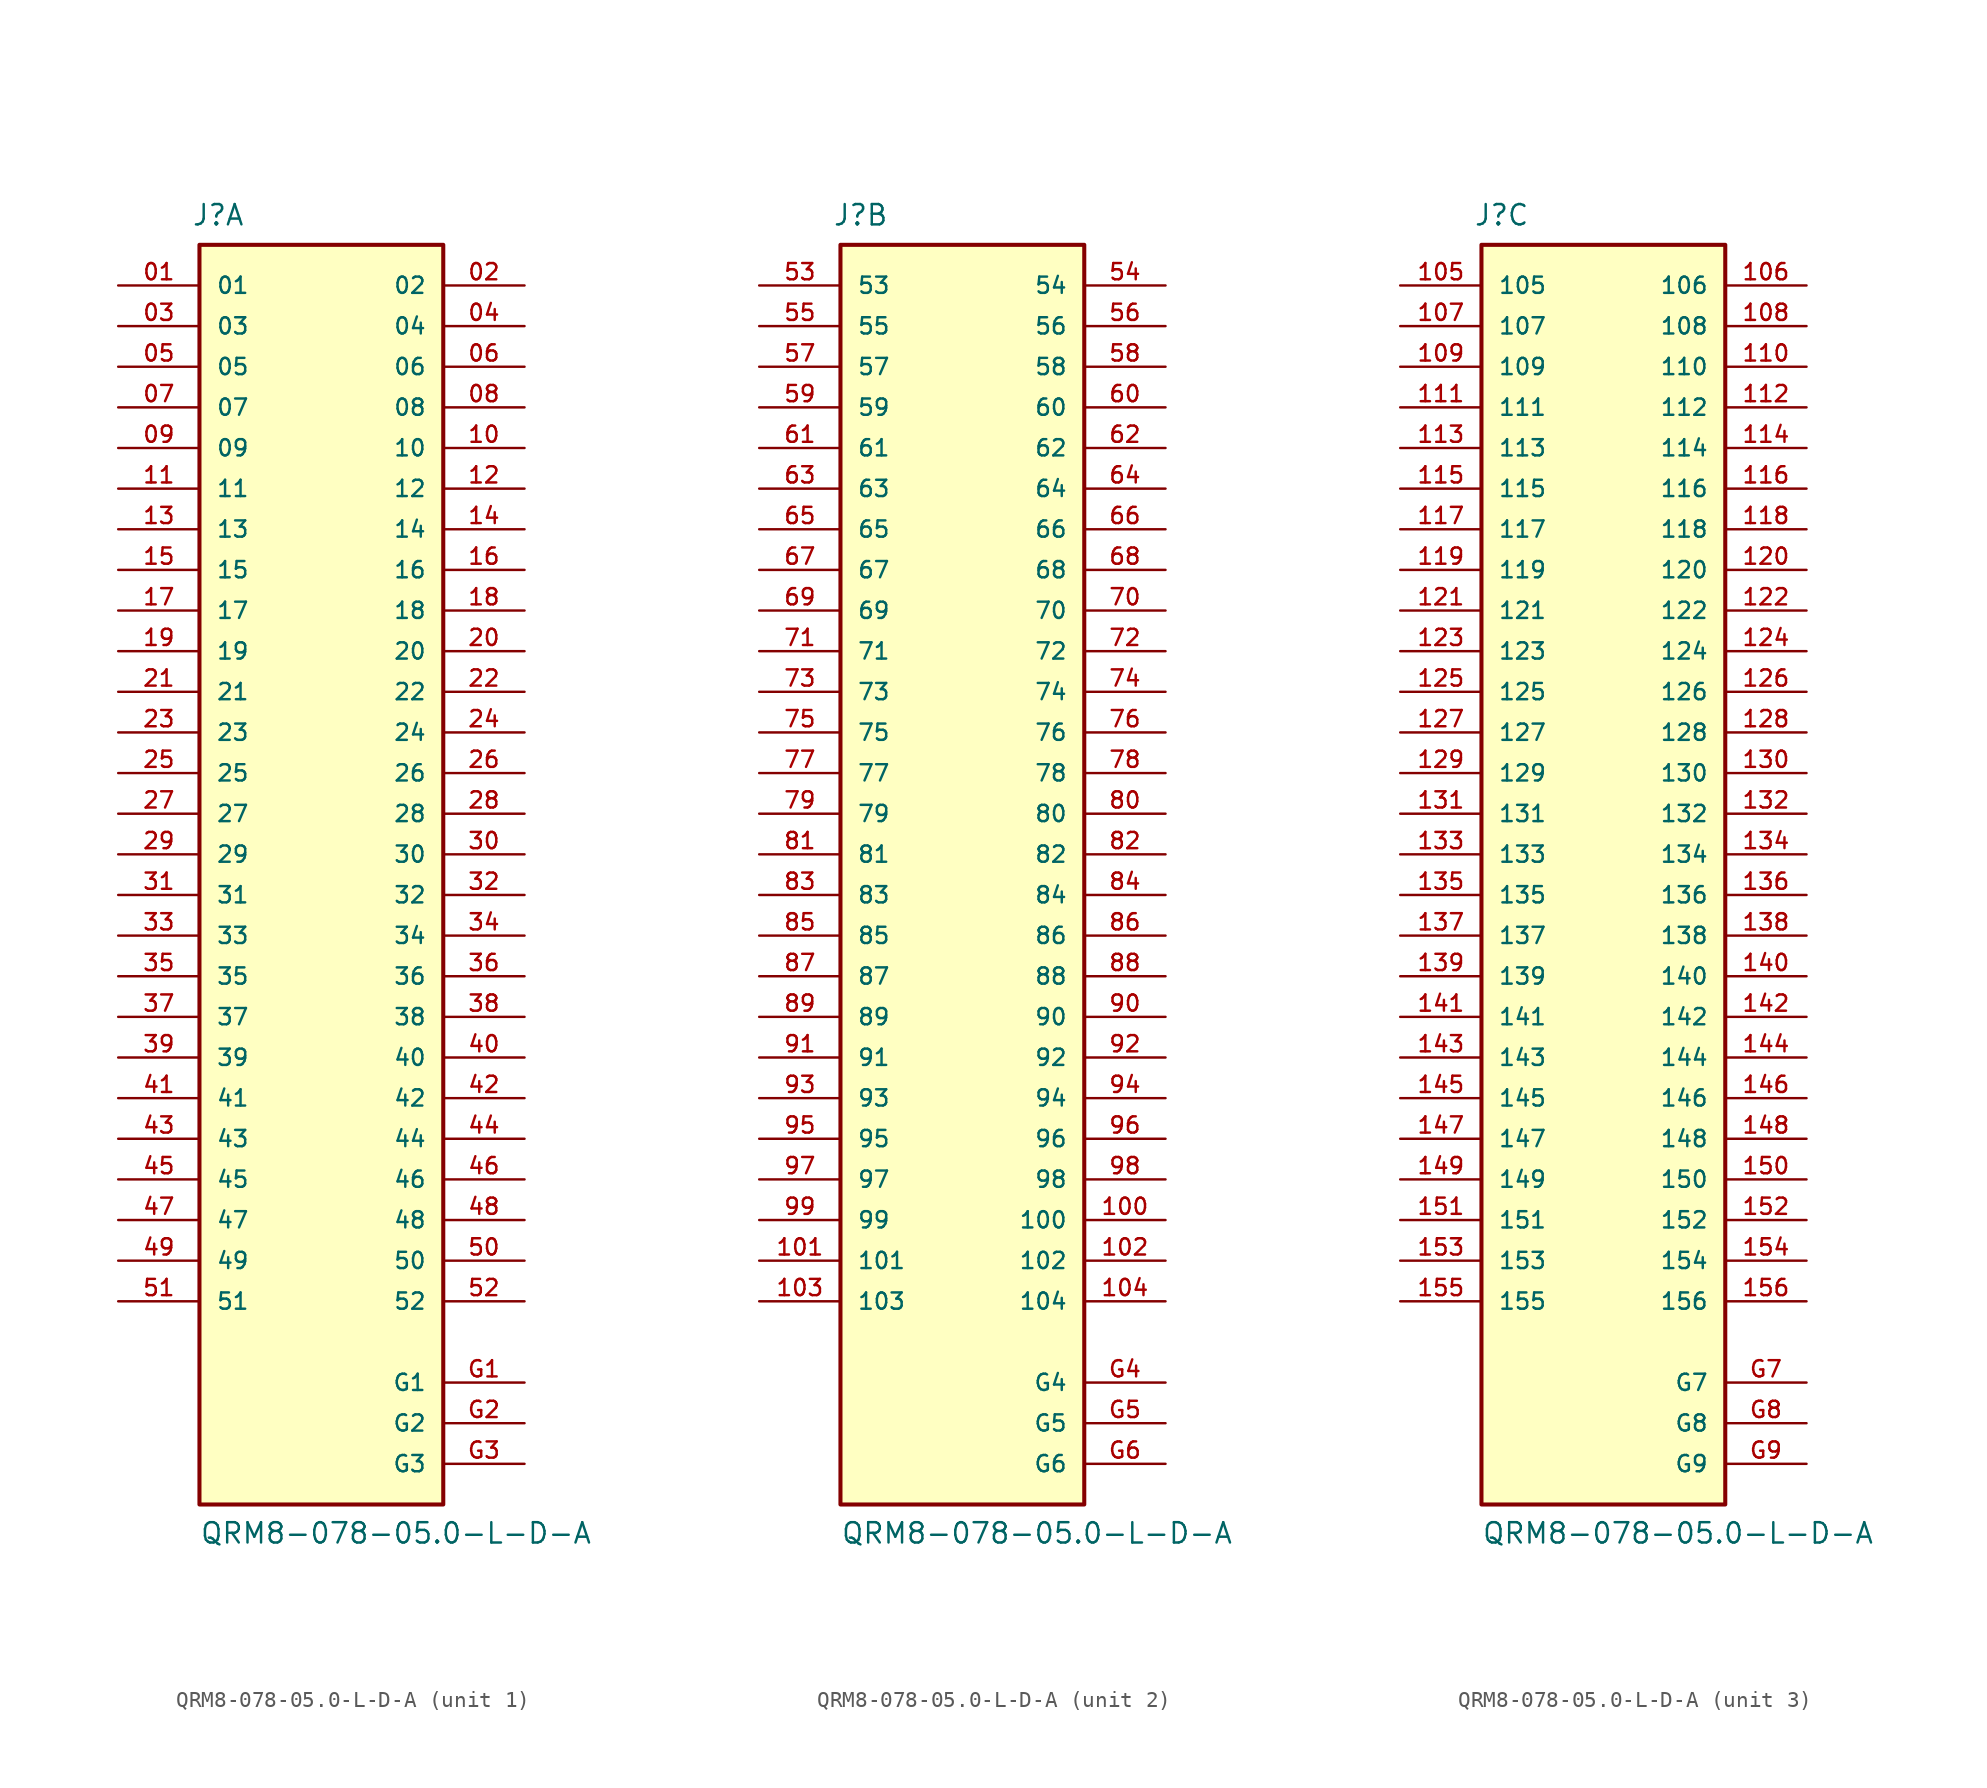
<source format=kicad_sym>
(kicad_symbol_lib
  (version 20211014)
  (generator kicad_symbol_editor)
  (symbol "QRM8-078-05.0-L-D-A"
    (pin_names
      (offset 1.016))
    (property "Reference" "J"
      (at -8.12 39.216 0)
      (effects (font (size 1.27 1.27)) (justify bottom left)))
    (property "Value" "QRM8-078-05.0-L-D-A"
      (at -7.62 -43.18 0)
      (effects (font (size 1.27 1.27)) (justify bottom left)))
    (symbol "QRM8-078-05.0-L-D-A_1_0"
      (rectangle (start -7.62 -40.64) (end 7.62 38.1) (stroke (width 0.254)) (fill (type background)))
      (pin passive line (at -12.7 35.56 0) (length 5.08) (name "01" (effects (font (size 1.016 1.016)))) (number "01" (effects (font (size 1.016 1.016)))))
      (pin passive line (at 12.7 35.56 180.0) (length 5.08) (name "02" (effects (font (size 1.016 1.016)))) (number "02" (effects (font (size 1.016 1.016)))))
      (pin passive line (at -12.7 33.02 0) (length 5.08) (name "03" (effects (font (size 1.016 1.016)))) (number "03" (effects (font (size 1.016 1.016)))))
      (pin passive line (at 12.7 33.02 180.0) (length 5.08) (name "04" (effects (font (size 1.016 1.016)))) (number "04" (effects (font (size 1.016 1.016)))))
      (pin passive line (at -12.7 30.48 0) (length 5.08) (name "05" (effects (font (size 1.016 1.016)))) (number "05" (effects (font (size 1.016 1.016)))))
      (pin passive line (at 12.7 30.48 180.0) (length 5.08) (name "06" (effects (font (size 1.016 1.016)))) (number "06" (effects (font (size 1.016 1.016)))))
      (pin passive line (at -12.7 27.94 0) (length 5.08) (name "07" (effects (font (size 1.016 1.016)))) (number "07" (effects (font (size 1.016 1.016)))))
      (pin passive line (at 12.7 27.94 180.0) (length 5.08) (name "08" (effects (font (size 1.016 1.016)))) (number "08" (effects (font (size 1.016 1.016)))))
      (pin passive line (at -12.7 25.4 0) (length 5.08) (name "09" (effects (font (size 1.016 1.016)))) (number "09" (effects (font (size 1.016 1.016)))))
      (pin passive line (at 12.7 25.4 180.0) (length 5.08) (name "10" (effects (font (size 1.016 1.016)))) (number "10" (effects (font (size 1.016 1.016)))))
      (pin passive line (at -12.7 22.86 0) (length 5.08) (name "11" (effects (font (size 1.016 1.016)))) (number "11" (effects (font (size 1.016 1.016)))))
      (pin passive line (at 12.7 22.86 180.0) (length 5.08) (name "12" (effects (font (size 1.016 1.016)))) (number "12" (effects (font (size 1.016 1.016)))))
      (pin passive line (at -12.7 20.32 0) (length 5.08) (name "13" (effects (font (size 1.016 1.016)))) (number "13" (effects (font (size 1.016 1.016)))))
      (pin passive line (at 12.7 20.32 180.0) (length 5.08) (name "14" (effects (font (size 1.016 1.016)))) (number "14" (effects (font (size 1.016 1.016)))))
      (pin passive line (at -12.7 17.78 0) (length 5.08) (name "15" (effects (font (size 1.016 1.016)))) (number "15" (effects (font (size 1.016 1.016)))))
      (pin passive line (at 12.7 17.78 180.0) (length 5.08) (name "16" (effects (font (size 1.016 1.016)))) (number "16" (effects (font (size 1.016 1.016)))))
      (pin passive line (at -12.7 15.24 0) (length 5.08) (name "17" (effects (font (size 1.016 1.016)))) (number "17" (effects (font (size 1.016 1.016)))))
      (pin passive line (at 12.7 15.24 180.0) (length 5.08) (name "18" (effects (font (size 1.016 1.016)))) (number "18" (effects (font (size 1.016 1.016)))))
      (pin passive line (at -12.7 12.7 0) (length 5.08) (name "19" (effects (font (size 1.016 1.016)))) (number "19" (effects (font (size 1.016 1.016)))))
      (pin passive line (at 12.7 12.7 180.0) (length 5.08) (name "20" (effects (font (size 1.016 1.016)))) (number "20" (effects (font (size 1.016 1.016)))))
      (pin passive line (at -12.7 10.16 0) (length 5.08) (name "21" (effects (font (size 1.016 1.016)))) (number "21" (effects (font (size 1.016 1.016)))))
      (pin passive line (at 12.7 10.16 180.0) (length 5.08) (name "22" (effects (font (size 1.016 1.016)))) (number "22" (effects (font (size 1.016 1.016)))))
      (pin passive line (at -12.7 7.62 0) (length 5.08) (name "23" (effects (font (size 1.016 1.016)))) (number "23" (effects (font (size 1.016 1.016)))))
      (pin passive line (at 12.7 7.62 180.0) (length 5.08) (name "24" (effects (font (size 1.016 1.016)))) (number "24" (effects (font (size 1.016 1.016)))))
      (pin passive line (at -12.7 5.08 0) (length 5.08) (name "25" (effects (font (size 1.016 1.016)))) (number "25" (effects (font (size 1.016 1.016)))))
      (pin passive line (at 12.7 5.08 180.0) (length 5.08) (name "26" (effects (font (size 1.016 1.016)))) (number "26" (effects (font (size 1.016 1.016)))))
      (pin passive line (at -12.7 2.54 0) (length 5.08) (name "27" (effects (font (size 1.016 1.016)))) (number "27" (effects (font (size 1.016 1.016)))))
      (pin passive line (at 12.7 2.54 180.0) (length 5.08) (name "28" (effects (font (size 1.016 1.016)))) (number "28" (effects (font (size 1.016 1.016)))))
      (pin passive line (at -12.7 0.0 0) (length 5.08) (name "29" (effects (font (size 1.016 1.016)))) (number "29" (effects (font (size 1.016 1.016)))))
      (pin passive line (at 12.7 0.0 180.0) (length 5.08) (name "30" (effects (font (size 1.016 1.016)))) (number "30" (effects (font (size 1.016 1.016)))))
      (pin passive line (at -12.7 -2.54 0) (length 5.08) (name "31" (effects (font (size 1.016 1.016)))) (number "31" (effects (font (size 1.016 1.016)))))
      (pin passive line (at 12.7 -2.54 180.0) (length 5.08) (name "32" (effects (font (size 1.016 1.016)))) (number "32" (effects (font (size 1.016 1.016)))))
      (pin passive line (at -12.7 -5.08 0) (length 5.08) (name "33" (effects (font (size 1.016 1.016)))) (number "33" (effects (font (size 1.016 1.016)))))
      (pin passive line (at 12.7 -5.08 180.0) (length 5.08) (name "34" (effects (font (size 1.016 1.016)))) (number "34" (effects (font (size 1.016 1.016)))))
      (pin passive line (at -12.7 -7.62 0) (length 5.08) (name "35" (effects (font (size 1.016 1.016)))) (number "35" (effects (font (size 1.016 1.016)))))
      (pin passive line (at 12.7 -7.62 180.0) (length 5.08) (name "36" (effects (font (size 1.016 1.016)))) (number "36" (effects (font (size 1.016 1.016)))))
      (pin passive line (at -12.7 -10.16 0) (length 5.08) (name "37" (effects (font (size 1.016 1.016)))) (number "37" (effects (font (size 1.016 1.016)))))
      (pin passive line (at 12.7 -10.16 180.0) (length 5.08) (name "38" (effects (font (size 1.016 1.016)))) (number "38" (effects (font (size 1.016 1.016)))))
      (pin passive line (at -12.7 -12.7 0) (length 5.08) (name "39" (effects (font (size 1.016 1.016)))) (number "39" (effects (font (size 1.016 1.016)))))
      (pin passive line (at 12.7 -12.7 180.0) (length 5.08) (name "40" (effects (font (size 1.016 1.016)))) (number "40" (effects (font (size 1.016 1.016)))))
      (pin passive line (at -12.7 -15.24 0) (length 5.08) (name "41" (effects (font (size 1.016 1.016)))) (number "41" (effects (font (size 1.016 1.016)))))
      (pin passive line (at 12.7 -15.24 180.0) (length 5.08) (name "42" (effects (font (size 1.016 1.016)))) (number "42" (effects (font (size 1.016 1.016)))))
      (pin passive line (at -12.7 -17.78 0) (length 5.08) (name "43" (effects (font (size 1.016 1.016)))) (number "43" (effects (font (size 1.016 1.016)))))
      (pin passive line (at 12.7 -17.78 180.0) (length 5.08) (name "44" (effects (font (size 1.016 1.016)))) (number "44" (effects (font (size 1.016 1.016)))))
      (pin passive line (at -12.7 -20.32 0) (length 5.08) (name "45" (effects (font (size 1.016 1.016)))) (number "45" (effects (font (size 1.016 1.016)))))
      (pin passive line (at 12.7 -20.32 180.0) (length 5.08) (name "46" (effects (font (size 1.016 1.016)))) (number "46" (effects (font (size 1.016 1.016)))))
      (pin passive line (at -12.7 -22.86 0) (length 5.08) (name "47" (effects (font (size 1.016 1.016)))) (number "47" (effects (font (size 1.016 1.016)))))
      (pin passive line (at 12.7 -22.86 180.0) (length 5.08) (name "48" (effects (font (size 1.016 1.016)))) (number "48" (effects (font (size 1.016 1.016)))))
      (pin passive line (at -12.7 -25.4 0) (length 5.08) (name "49" (effects (font (size 1.016 1.016)))) (number "49" (effects (font (size 1.016 1.016)))))
      (pin passive line (at 12.7 -25.4 180.0) (length 5.08) (name "50" (effects (font (size 1.016 1.016)))) (number "50" (effects (font (size 1.016 1.016)))))
      (pin passive line (at -12.7 -27.94 0) (length 5.08) (name "51" (effects (font (size 1.016 1.016)))) (number "51" (effects (font (size 1.016 1.016)))))
      (pin passive line (at 12.7 -27.94 180.0) (length 5.08) (name "52" (effects (font (size 1.016 1.016)))) (number "52" (effects (font (size 1.016 1.016)))))
      (pin power_in line (at 12.7 -33.02 180.0) (length 5.08) (name "G1" (effects (font (size 1.016 1.016)))) (number "G1" (effects (font (size 1.016 1.016)))))
      (pin power_in line (at 12.7 -35.56 180.0) (length 5.08) (name "G2" (effects (font (size 1.016 1.016)))) (number "G2" (effects (font (size 1.016 1.016)))))
      (pin power_in line (at 12.7 -38.1 180.0) (length 5.08) (name "G3" (effects (font (size 1.016 1.016)))) (number "G3" (effects (font (size 1.016 1.016))))))
    (symbol "QRM8-078-05.0-L-D-A_2_0"
      (rectangle (start -7.62 -40.64) (end 7.62 38.1) (stroke (width 0.254)) (fill (type background)))
      (pin passive line (at -12.7 35.56 0) (length 5.08) (name "53" (effects (font (size 1.016 1.016)))) (number "53" (effects (font (size 1.016 1.016)))))
      (pin passive line (at 12.7 35.56 180.0) (length 5.08) (name "54" (effects (font (size 1.016 1.016)))) (number "54" (effects (font (size 1.016 1.016)))))
      (pin passive line (at -12.7 33.02 0) (length 5.08) (name "55" (effects (font (size 1.016 1.016)))) (number "55" (effects (font (size 1.016 1.016)))))
      (pin passive line (at 12.7 33.02 180.0) (length 5.08) (name "56" (effects (font (size 1.016 1.016)))) (number "56" (effects (font (size 1.016 1.016)))))
      (pin passive line (at -12.7 30.48 0) (length 5.08) (name "57" (effects (font (size 1.016 1.016)))) (number "57" (effects (font (size 1.016 1.016)))))
      (pin passive line (at 12.7 30.48 180.0) (length 5.08) (name "58" (effects (font (size 1.016 1.016)))) (number "58" (effects (font (size 1.016 1.016)))))
      (pin passive line (at -12.7 27.94 0) (length 5.08) (name "59" (effects (font (size 1.016 1.016)))) (number "59" (effects (font (size 1.016 1.016)))))
      (pin passive line (at 12.7 27.94 180.0) (length 5.08) (name "60" (effects (font (size 1.016 1.016)))) (number "60" (effects (font (size 1.016 1.016)))))
      (pin passive line (at -12.7 25.4 0) (length 5.08) (name "61" (effects (font (size 1.016 1.016)))) (number "61" (effects (font (size 1.016 1.016)))))
      (pin passive line (at 12.7 25.4 180.0) (length 5.08) (name "62" (effects (font (size 1.016 1.016)))) (number "62" (effects (font (size 1.016 1.016)))))
      (pin passive line (at -12.7 22.86 0) (length 5.08) (name "63" (effects (font (size 1.016 1.016)))) (number "63" (effects (font (size 1.016 1.016)))))
      (pin passive line (at 12.7 22.86 180.0) (length 5.08) (name "64" (effects (font (size 1.016 1.016)))) (number "64" (effects (font (size 1.016 1.016)))))
      (pin passive line (at -12.7 20.32 0) (length 5.08) (name "65" (effects (font (size 1.016 1.016)))) (number "65" (effects (font (size 1.016 1.016)))))
      (pin passive line (at 12.7 20.32 180.0) (length 5.08) (name "66" (effects (font (size 1.016 1.016)))) (number "66" (effects (font (size 1.016 1.016)))))
      (pin passive line (at -12.7 17.78 0) (length 5.08) (name "67" (effects (font (size 1.016 1.016)))) (number "67" (effects (font (size 1.016 1.016)))))
      (pin passive line (at 12.7 17.78 180.0) (length 5.08) (name "68" (effects (font (size 1.016 1.016)))) (number "68" (effects (font (size 1.016 1.016)))))
      (pin passive line (at -12.7 15.24 0) (length 5.08) (name "69" (effects (font (size 1.016 1.016)))) (number "69" (effects (font (size 1.016 1.016)))))
      (pin passive line (at 12.7 15.24 180.0) (length 5.08) (name "70" (effects (font (size 1.016 1.016)))) (number "70" (effects (font (size 1.016 1.016)))))
      (pin passive line (at -12.7 12.7 0) (length 5.08) (name "71" (effects (font (size 1.016 1.016)))) (number "71" (effects (font (size 1.016 1.016)))))
      (pin passive line (at 12.7 12.7 180.0) (length 5.08) (name "72" (effects (font (size 1.016 1.016)))) (number "72" (effects (font (size 1.016 1.016)))))
      (pin passive line (at -12.7 10.16 0) (length 5.08) (name "73" (effects (font (size 1.016 1.016)))) (number "73" (effects (font (size 1.016 1.016)))))
      (pin passive line (at 12.7 10.16 180.0) (length 5.08) (name "74" (effects (font (size 1.016 1.016)))) (number "74" (effects (font (size 1.016 1.016)))))
      (pin passive line (at -12.7 7.62 0) (length 5.08) (name "75" (effects (font (size 1.016 1.016)))) (number "75" (effects (font (size 1.016 1.016)))))
      (pin passive line (at 12.7 7.62 180.0) (length 5.08) (name "76" (effects (font (size 1.016 1.016)))) (number "76" (effects (font (size 1.016 1.016)))))
      (pin passive line (at -12.7 5.08 0) (length 5.08) (name "77" (effects (font (size 1.016 1.016)))) (number "77" (effects (font (size 1.016 1.016)))))
      (pin passive line (at 12.7 5.08 180.0) (length 5.08) (name "78" (effects (font (size 1.016 1.016)))) (number "78" (effects (font (size 1.016 1.016)))))
      (pin passive line (at -12.7 2.54 0) (length 5.08) (name "79" (effects (font (size 1.016 1.016)))) (number "79" (effects (font (size 1.016 1.016)))))
      (pin passive line (at 12.7 2.54 180.0) (length 5.08) (name "80" (effects (font (size 1.016 1.016)))) (number "80" (effects (font (size 1.016 1.016)))))
      (pin passive line (at -12.7 0.0 0) (length 5.08) (name "81" (effects (font (size 1.016 1.016)))) (number "81" (effects (font (size 1.016 1.016)))))
      (pin passive line (at 12.7 0.0 180.0) (length 5.08) (name "82" (effects (font (size 1.016 1.016)))) (number "82" (effects (font (size 1.016 1.016)))))
      (pin passive line (at -12.7 -2.54 0) (length 5.08) (name "83" (effects (font (size 1.016 1.016)))) (number "83" (effects (font (size 1.016 1.016)))))
      (pin passive line (at 12.7 -2.54 180.0) (length 5.08) (name "84" (effects (font (size 1.016 1.016)))) (number "84" (effects (font (size 1.016 1.016)))))
      (pin passive line (at -12.7 -5.08 0) (length 5.08) (name "85" (effects (font (size 1.016 1.016)))) (number "85" (effects (font (size 1.016 1.016)))))
      (pin passive line (at 12.7 -5.08 180.0) (length 5.08) (name "86" (effects (font (size 1.016 1.016)))) (number "86" (effects (font (size 1.016 1.016)))))
      (pin passive line (at -12.7 -7.62 0) (length 5.08) (name "87" (effects (font (size 1.016 1.016)))) (number "87" (effects (font (size 1.016 1.016)))))
      (pin passive line (at 12.7 -7.62 180.0) (length 5.08) (name "88" (effects (font (size 1.016 1.016)))) (number "88" (effects (font (size 1.016 1.016)))))
      (pin passive line (at -12.7 -10.16 0) (length 5.08) (name "89" (effects (font (size 1.016 1.016)))) (number "89" (effects (font (size 1.016 1.016)))))
      (pin passive line (at 12.7 -10.16 180.0) (length 5.08) (name "90" (effects (font (size 1.016 1.016)))) (number "90" (effects (font (size 1.016 1.016)))))
      (pin passive line (at -12.7 -12.7 0) (length 5.08) (name "91" (effects (font (size 1.016 1.016)))) (number "91" (effects (font (size 1.016 1.016)))))
      (pin passive line (at 12.7 -12.7 180.0) (length 5.08) (name "92" (effects (font (size 1.016 1.016)))) (number "92" (effects (font (size 1.016 1.016)))))
      (pin passive line (at -12.7 -15.24 0) (length 5.08) (name "93" (effects (font (size 1.016 1.016)))) (number "93" (effects (font (size 1.016 1.016)))))
      (pin passive line (at 12.7 -15.24 180.0) (length 5.08) (name "94" (effects (font (size 1.016 1.016)))) (number "94" (effects (font (size 1.016 1.016)))))
      (pin passive line (at -12.7 -17.78 0) (length 5.08) (name "95" (effects (font (size 1.016 1.016)))) (number "95" (effects (font (size 1.016 1.016)))))
      (pin passive line (at 12.7 -17.78 180.0) (length 5.08) (name "96" (effects (font (size 1.016 1.016)))) (number "96" (effects (font (size 1.016 1.016)))))
      (pin passive line (at -12.7 -20.32 0) (length 5.08) (name "97" (effects (font (size 1.016 1.016)))) (number "97" (effects (font (size 1.016 1.016)))))
      (pin passive line (at 12.7 -20.32 180.0) (length 5.08) (name "98" (effects (font (size 1.016 1.016)))) (number "98" (effects (font (size 1.016 1.016)))))
      (pin passive line (at -12.7 -22.86 0) (length 5.08) (name "99" (effects (font (size 1.016 1.016)))) (number "99" (effects (font (size 1.016 1.016)))))
      (pin passive line (at 12.7 -22.86 180.0) (length 5.08) (name "100" (effects (font (size 1.016 1.016)))) (number "100" (effects (font (size 1.016 1.016)))))
      (pin passive line (at -12.7 -25.4 0) (length 5.08) (name "101" (effects (font (size 1.016 1.016)))) (number "101" (effects (font (size 1.016 1.016)))))
      (pin passive line (at 12.7 -25.4 180.0) (length 5.08) (name "102" (effects (font (size 1.016 1.016)))) (number "102" (effects (font (size 1.016 1.016)))))
      (pin passive line (at -12.7 -27.94 0) (length 5.08) (name "103" (effects (font (size 1.016 1.016)))) (number "103" (effects (font (size 1.016 1.016)))))
      (pin passive line (at 12.7 -27.94 180.0) (length 5.08) (name "104" (effects (font (size 1.016 1.016)))) (number "104" (effects (font (size 1.016 1.016)))))
      (pin power_in line (at 12.7 -33.02 180.0) (length 5.08) (name "G4" (effects (font (size 1.016 1.016)))) (number "G4" (effects (font (size 1.016 1.016)))))
      (pin power_in line (at 12.7 -35.56 180.0) (length 5.08) (name "G5" (effects (font (size 1.016 1.016)))) (number "G5" (effects (font (size 1.016 1.016)))))
      (pin power_in line (at 12.7 -38.1 180.0) (length 5.08) (name "G6" (effects (font (size 1.016 1.016)))) (number "G6" (effects (font (size 1.016 1.016))))))
    (symbol "QRM8-078-05.0-L-D-A_3_0"
      (rectangle (start -7.62 -40.64) (end 7.62 38.1) (stroke (width 0.254)) (fill (type background)))
      (pin passive line (at -12.7 35.56 0) (length 5.08) (name "105" (effects (font (size 1.016 1.016)))) (number "105" (effects (font (size 1.016 1.016)))))
      (pin passive line (at 12.7 35.56 180.0) (length 5.08) (name "106" (effects (font (size 1.016 1.016)))) (number "106" (effects (font (size 1.016 1.016)))))
      (pin passive line (at -12.7 33.02 0) (length 5.08) (name "107" (effects (font (size 1.016 1.016)))) (number "107" (effects (font (size 1.016 1.016)))))
      (pin passive line (at 12.7 33.02 180.0) (length 5.08) (name "108" (effects (font (size 1.016 1.016)))) (number "108" (effects (font (size 1.016 1.016)))))
      (pin passive line (at -12.7 30.48 0) (length 5.08) (name "109" (effects (font (size 1.016 1.016)))) (number "109" (effects (font (size 1.016 1.016)))))
      (pin passive line (at 12.7 30.48 180.0) (length 5.08) (name "110" (effects (font (size 1.016 1.016)))) (number "110" (effects (font (size 1.016 1.016)))))
      (pin passive line (at -12.7 27.94 0) (length 5.08) (name "111" (effects (font (size 1.016 1.016)))) (number "111" (effects (font (size 1.016 1.016)))))
      (pin passive line (at 12.7 27.94 180.0) (length 5.08) (name "112" (effects (font (size 1.016 1.016)))) (number "112" (effects (font (size 1.016 1.016)))))
      (pin passive line (at -12.7 25.4 0) (length 5.08) (name "113" (effects (font (size 1.016 1.016)))) (number "113" (effects (font (size 1.016 1.016)))))
      (pin passive line (at 12.7 25.4 180.0) (length 5.08) (name "114" (effects (font (size 1.016 1.016)))) (number "114" (effects (font (size 1.016 1.016)))))
      (pin passive line (at -12.7 22.86 0) (length 5.08) (name "115" (effects (font (size 1.016 1.016)))) (number "115" (effects (font (size 1.016 1.016)))))
      (pin passive line (at 12.7 22.86 180.0) (length 5.08) (name "116" (effects (font (size 1.016 1.016)))) (number "116" (effects (font (size 1.016 1.016)))))
      (pin passive line (at -12.7 20.32 0) (length 5.08) (name "117" (effects (font (size 1.016 1.016)))) (number "117" (effects (font (size 1.016 1.016)))))
      (pin passive line (at 12.7 20.32 180.0) (length 5.08) (name "118" (effects (font (size 1.016 1.016)))) (number "118" (effects (font (size 1.016 1.016)))))
      (pin passive line (at -12.7 17.78 0) (length 5.08) (name "119" (effects (font (size 1.016 1.016)))) (number "119" (effects (font (size 1.016 1.016)))))
      (pin passive line (at 12.7 17.78 180.0) (length 5.08) (name "120" (effects (font (size 1.016 1.016)))) (number "120" (effects (font (size 1.016 1.016)))))
      (pin passive line (at -12.7 15.24 0) (length 5.08) (name "121" (effects (font (size 1.016 1.016)))) (number "121" (effects (font (size 1.016 1.016)))))
      (pin passive line (at 12.7 15.24 180.0) (length 5.08) (name "122" (effects (font (size 1.016 1.016)))) (number "122" (effects (font (size 1.016 1.016)))))
      (pin passive line (at -12.7 12.7 0) (length 5.08) (name "123" (effects (font (size 1.016 1.016)))) (number "123" (effects (font (size 1.016 1.016)))))
      (pin passive line (at 12.7 12.7 180.0) (length 5.08) (name "124" (effects (font (size 1.016 1.016)))) (number "124" (effects (font (size 1.016 1.016)))))
      (pin passive line (at -12.7 10.16 0) (length 5.08) (name "125" (effects (font (size 1.016 1.016)))) (number "125" (effects (font (size 1.016 1.016)))))
      (pin passive line (at 12.7 10.16 180.0) (length 5.08) (name "126" (effects (font (size 1.016 1.016)))) (number "126" (effects (font (size 1.016 1.016)))))
      (pin passive line (at -12.7 7.62 0) (length 5.08) (name "127" (effects (font (size 1.016 1.016)))) (number "127" (effects (font (size 1.016 1.016)))))
      (pin passive line (at 12.7 7.62 180.0) (length 5.08) (name "128" (effects (font (size 1.016 1.016)))) (number "128" (effects (font (size 1.016 1.016)))))
      (pin passive line (at -12.7 5.08 0) (length 5.08) (name "129" (effects (font (size 1.016 1.016)))) (number "129" (effects (font (size 1.016 1.016)))))
      (pin passive line (at 12.7 5.08 180.0) (length 5.08) (name "130" (effects (font (size 1.016 1.016)))) (number "130" (effects (font (size 1.016 1.016)))))
      (pin passive line (at -12.7 2.54 0) (length 5.08) (name "131" (effects (font (size 1.016 1.016)))) (number "131" (effects (font (size 1.016 1.016)))))
      (pin passive line (at 12.7 2.54 180.0) (length 5.08) (name "132" (effects (font (size 1.016 1.016)))) (number "132" (effects (font (size 1.016 1.016)))))
      (pin passive line (at -12.7 0.0 0) (length 5.08) (name "133" (effects (font (size 1.016 1.016)))) (number "133" (effects (font (size 1.016 1.016)))))
      (pin passive line (at 12.7 0.0 180.0) (length 5.08) (name "134" (effects (font (size 1.016 1.016)))) (number "134" (effects (font (size 1.016 1.016)))))
      (pin passive line (at -12.7 -2.54 0) (length 5.08) (name "135" (effects (font (size 1.016 1.016)))) (number "135" (effects (font (size 1.016 1.016)))))
      (pin passive line (at 12.7 -2.54 180.0) (length 5.08) (name "136" (effects (font (size 1.016 1.016)))) (number "136" (effects (font (size 1.016 1.016)))))
      (pin passive line (at -12.7 -5.08 0) (length 5.08) (name "137" (effects (font (size 1.016 1.016)))) (number "137" (effects (font (size 1.016 1.016)))))
      (pin passive line (at 12.7 -5.08 180.0) (length 5.08) (name "138" (effects (font (size 1.016 1.016)))) (number "138" (effects (font (size 1.016 1.016)))))
      (pin passive line (at -12.7 -7.62 0) (length 5.08) (name "139" (effects (font (size 1.016 1.016)))) (number "139" (effects (font (size 1.016 1.016)))))
      (pin passive line (at 12.7 -7.62 180.0) (length 5.08) (name "140" (effects (font (size 1.016 1.016)))) (number "140" (effects (font (size 1.016 1.016)))))
      (pin passive line (at -12.7 -10.16 0) (length 5.08) (name "141" (effects (font (size 1.016 1.016)))) (number "141" (effects (font (size 1.016 1.016)))))
      (pin passive line (at 12.7 -10.16 180.0) (length 5.08) (name "142" (effects (font (size 1.016 1.016)))) (number "142" (effects (font (size 1.016 1.016)))))
      (pin passive line (at -12.7 -12.7 0) (length 5.08) (name "143" (effects (font (size 1.016 1.016)))) (number "143" (effects (font (size 1.016 1.016)))))
      (pin passive line (at 12.7 -12.7 180.0) (length 5.08) (name "144" (effects (font (size 1.016 1.016)))) (number "144" (effects (font (size 1.016 1.016)))))
      (pin passive line (at -12.7 -15.24 0) (length 5.08) (name "145" (effects (font (size 1.016 1.016)))) (number "145" (effects (font (size 1.016 1.016)))))
      (pin passive line (at 12.7 -15.24 180.0) (length 5.08) (name "146" (effects (font (size 1.016 1.016)))) (number "146" (effects (font (size 1.016 1.016)))))
      (pin passive line (at -12.7 -17.78 0) (length 5.08) (name "147" (effects (font (size 1.016 1.016)))) (number "147" (effects (font (size 1.016 1.016)))))
      (pin passive line (at 12.7 -17.78 180.0) (length 5.08) (name "148" (effects (font (size 1.016 1.016)))) (number "148" (effects (font (size 1.016 1.016)))))
      (pin passive line (at -12.7 -20.32 0) (length 5.08) (name "149" (effects (font (size 1.016 1.016)))) (number "149" (effects (font (size 1.016 1.016)))))
      (pin passive line (at 12.7 -20.32 180.0) (length 5.08) (name "150" (effects (font (size 1.016 1.016)))) (number "150" (effects (font (size 1.016 1.016)))))
      (pin passive line (at -12.7 -22.86 0) (length 5.08) (name "151" (effects (font (size 1.016 1.016)))) (number "151" (effects (font (size 1.016 1.016)))))
      (pin passive line (at 12.7 -22.86 180.0) (length 5.08) (name "152" (effects (font (size 1.016 1.016)))) (number "152" (effects (font (size 1.016 1.016)))))
      (pin passive line (at -12.7 -25.4 0) (length 5.08) (name "153" (effects (font (size 1.016 1.016)))) (number "153" (effects (font (size 1.016 1.016)))))
      (pin passive line (at 12.7 -25.4 180.0) (length 5.08) (name "154" (effects (font (size 1.016 1.016)))) (number "154" (effects (font (size 1.016 1.016)))))
      (pin passive line (at -12.7 -27.94 0) (length 5.08) (name "155" (effects (font (size 1.016 1.016)))) (number "155" (effects (font (size 1.016 1.016)))))
      (pin passive line (at 12.7 -27.94 180.0) (length 5.08) (name "156" (effects (font (size 1.016 1.016)))) (number "156" (effects (font (size 1.016 1.016)))))
      (pin power_in line (at 12.7 -33.02 180.0) (length 5.08) (name "G7" (effects (font (size 1.016 1.016)))) (number "G7" (effects (font (size 1.016 1.016)))))
      (pin power_in line (at 12.7 -35.56 180.0) (length 5.08) (name "G8" (effects (font (size 1.016 1.016)))) (number "G8" (effects (font (size 1.016 1.016)))))
      (pin power_in line (at 12.7 -38.1 180.0) (length 5.08) (name "G9" (effects (font (size 1.016 1.016)))) (number "G9" (effects (font (size 1.016 1.016))))))))
</source>
